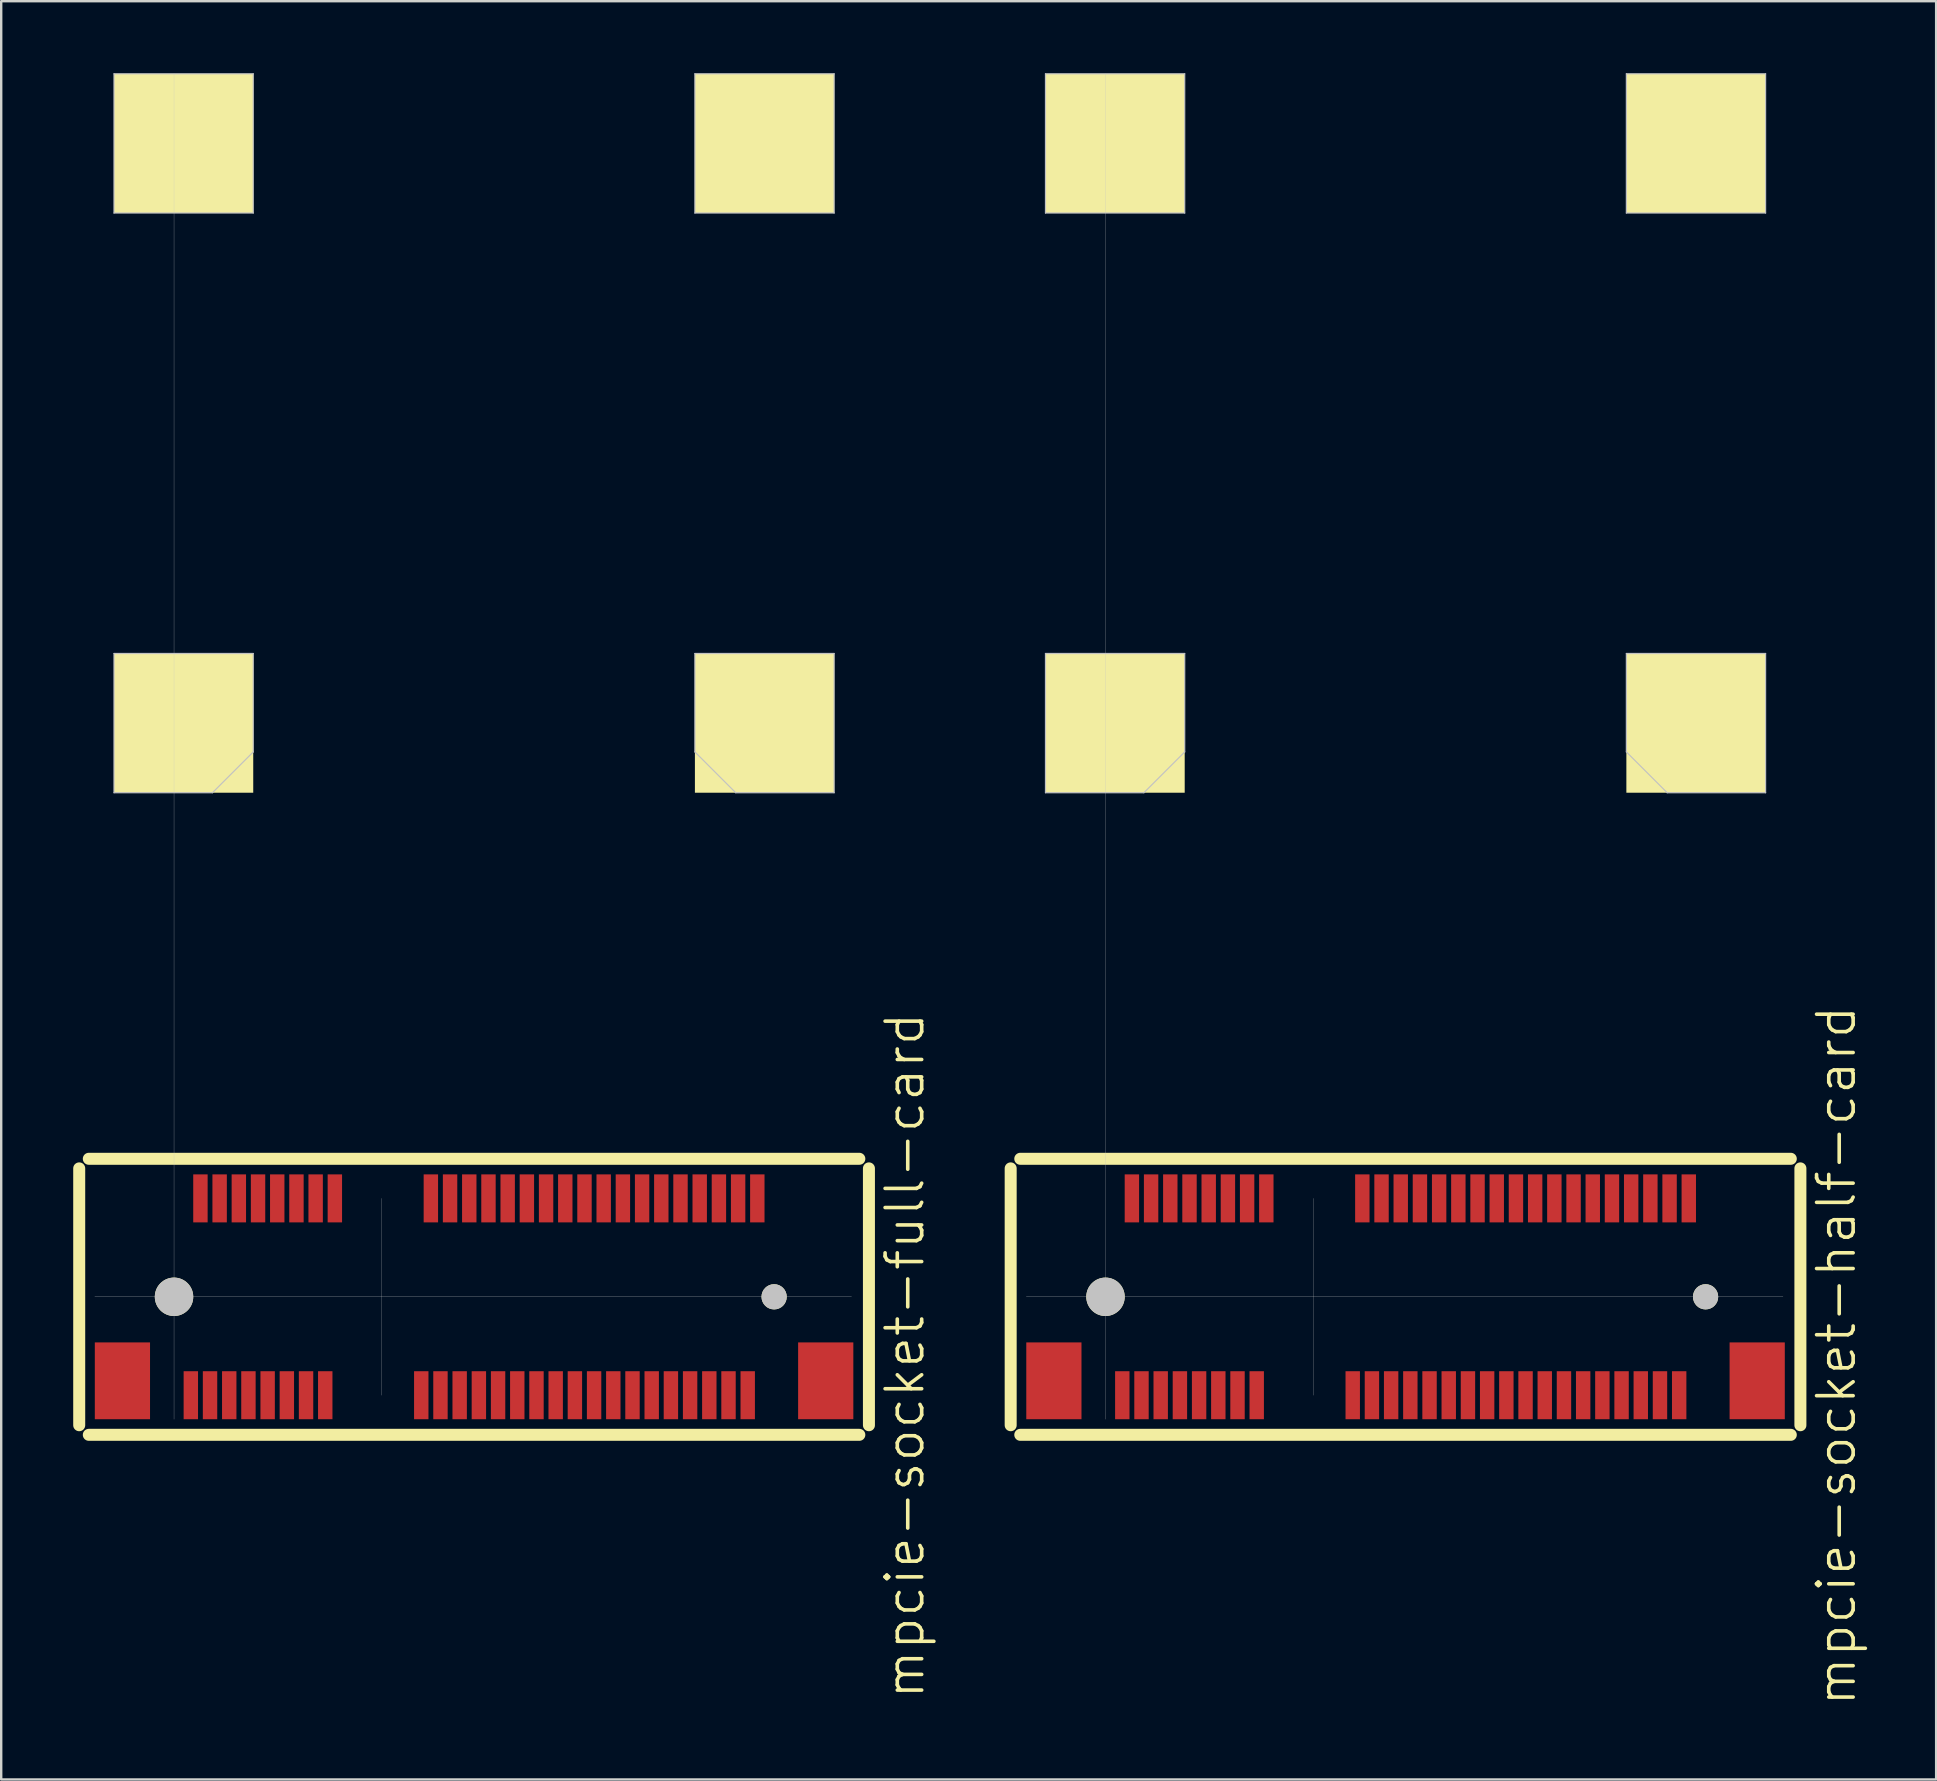
<source format=kicad_pcb>
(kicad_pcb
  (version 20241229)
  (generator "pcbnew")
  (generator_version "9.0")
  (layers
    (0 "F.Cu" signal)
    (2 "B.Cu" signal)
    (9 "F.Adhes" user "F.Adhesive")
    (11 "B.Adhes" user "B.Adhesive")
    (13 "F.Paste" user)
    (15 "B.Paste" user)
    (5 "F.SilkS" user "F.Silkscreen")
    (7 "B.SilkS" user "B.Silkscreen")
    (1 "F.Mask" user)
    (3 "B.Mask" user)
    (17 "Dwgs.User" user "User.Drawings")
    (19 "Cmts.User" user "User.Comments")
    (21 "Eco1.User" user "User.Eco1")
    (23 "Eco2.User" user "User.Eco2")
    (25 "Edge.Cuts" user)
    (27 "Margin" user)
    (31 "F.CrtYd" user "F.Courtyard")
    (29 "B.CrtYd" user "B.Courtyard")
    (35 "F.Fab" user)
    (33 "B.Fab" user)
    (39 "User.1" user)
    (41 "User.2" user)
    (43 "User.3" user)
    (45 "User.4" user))
  (footprint "mpcie-socket-full-card"
    (layer "F.Cu")
    (at 4.2 50.975)
    (property "Reference" "mpcie-socket-full-card" (at 30.45 2.45 90) (layer "F.SilkS") (effects (font (size 1.524 1.524) (thickness 0.15))))
    (attr through_hole)
    (fp_line (start -3.95 -5.35) (end -3.95 5.35) (stroke (width 0.5) (type solid)) (layer "F.SilkS"))
    (fp_line (start -3.55 5.75) (end 28.55 5.75) (stroke (width 0.5) (type solid)) (layer "F.SilkS"))
    (fp_line (start 28.55 -5.75) (end -3.55 -5.75) (stroke (width 0.5) (type solid)) (layer "F.SilkS"))
    (fp_line (start 28.95 5.35) (end 28.95 -5.35) (stroke (width 0.5) (type solid)) (layer "F.SilkS"))
    (fp_line (start -3.3 0) (end 28.225 0) (stroke (width 0.01) (type solid)) (layer "Dwgs.User"))
    (fp_line (start -2.5 -50.95) (end -2.5 -45.15) (stroke (width 0.05) (type solid)) (layer "Dwgs.User"))
    (fp_line (start -2.5 -50.95) (end 3.3 -50.95) (stroke (width 0.05) (type solid)) (layer "Dwgs.User"))
    (fp_line (start -2.5 -45.15) (end 3.3 -45.15) (stroke (width 0.05) (type solid)) (layer "Dwgs.User"))
    (fp_line (start -2.5 -26.8) (end -2.5 -21) (stroke (width 0.05) (type solid)) (layer "Dwgs.User"))
    (fp_line (start -2.5 -21) (end 1.6 -21) (stroke (width 0.05) (type solid)) (layer "Dwgs.User"))
    (fp_line (start 0 -50.95) (end 0 5.1) (stroke (width 0.01) (type solid)) (layer "Dwgs.User"))
    (fp_line (start 3.3 -50.95) (end 3.3 -45.15) (stroke (width 0.05) (type solid)) (layer "Dwgs.User"))
    (fp_line (start 3.3 -26.8) (end -2.5 -26.8) (stroke (width 0.05) (type solid)) (layer "Dwgs.User"))
    (fp_line (start 3.3 -22.7) (end 1.6 -21) (stroke (width 0.05) (type solid)) (layer "Dwgs.User"))
    (fp_line (start 3.3 -22.7) (end 3.3 -26.8) (stroke (width 0.05) (type solid)) (layer "Dwgs.User"))
    (fp_line (start 8.65 4.1) (end 8.65 -4.1) (stroke (width 0.01) (type solid)) (layer "Dwgs.User"))
    (fp_line (start 21.7 -50.95) (end 21.7 -45.15) (stroke (width 0.05) (type solid)) (layer "Dwgs.User"))
    (fp_line (start 21.7 -50.95) (end 27.5 -50.95) (stroke (width 0.05) (type solid)) (layer "Dwgs.User"))
    (fp_line (start 21.7 -45.15) (end 27.5 -45.15) (stroke (width 0.05) (type solid)) (layer "Dwgs.User"))
    (fp_line (start 21.7 -26.8) (end 27.5 -26.8) (stroke (width 0.05) (type solid)) (layer "Dwgs.User"))
    (fp_line (start 21.7 -22.7) (end 21.7 -26.8) (stroke (width 0.05) (type solid)) (layer "Dwgs.User"))
    (fp_line (start 21.7 -22.7) (end 23.4 -21) (stroke (width 0.05) (type solid)) (layer "Dwgs.User"))
    (fp_line (start 27.5 -50.95) (end 27.5 -45.15) (stroke (width 0.05) (type solid)) (layer "Dwgs.User"))
    (fp_line (start 27.5 -26.8) (end 27.5 -21) (stroke (width 0.05) (type solid)) (layer "Dwgs.User"))
    (fp_line (start 27.5 -21) (end 23.4 -21) (stroke (width 0.05) (type solid)) (layer "Dwgs.User"))
    (pad "" smd rect (at -2.15 3.5) (size 2.3 3.2) (layers "F.Cu" "F.Mask" "F.Paste"))
    (pad "" connect circle (at 0 0) (size 1.6 1.6) (layers "F.SilkS" "Dwgs.User"))
    (pad "" connect rect (at 0.4 -48.05) (size 5.8 5.8) (layers "F.SilkS"))
    (pad "" connect rect (at 0.4 -23.9) (size 5.8 5.8) (layers "F.SilkS"))
    (pad "" connect rect (at 24.6 -48.05) (size 5.8 5.8) (layers "F.SilkS"))
    (pad "" connect rect (at 24.6 -23.9) (size 5.8 5.8) (layers "F.SilkS"))
    (pad "" connect circle (at 25 0) (size 1.05 1.05) (layers "F.SilkS" "Dwgs.User"))
    (pad "" smd rect (at 27.15 3.5) (size 2.3 3.2) (layers "F.Cu" "F.Mask" "F.Paste"))
    (pad "1" smd rect (at 0.7 4.1) (size 0.6 2) (layers "F.Cu" "F.Mask" "F.Paste"))
    (pad "2" smd rect (at 1.1 -4.1) (size 0.6 2) (layers "F.Cu" "F.Mask" "F.Paste"))
    (pad "3" smd rect (at 1.5 4.1) (size 0.6 2) (layers "F.Cu" "F.Mask" "F.Paste"))
    (pad "4" smd rect (at 1.9 -4.1) (size 0.6 2) (layers "F.Cu" "F.Mask" "F.Paste"))
    (pad "5" smd rect (at 2.3 4.1) (size 0.6 2) (layers "F.Cu" "F.Mask" "F.Paste"))
    (pad "6" smd rect (at 2.7 -4.1) (size 0.6 2) (layers "F.Cu" "F.Mask" "F.Paste"))
    (pad "7" smd rect (at 3.1 4.1) (size 0.6 2) (layers "F.Cu" "F.Mask" "F.Paste"))
    (pad "8" smd rect (at 3.5 -4.1) (size 0.6 2) (layers "F.Cu" "F.Mask" "F.Paste"))
    (pad "9" smd rect (at 3.9 4.1) (size 0.6 2) (layers "F.Cu" "F.Mask" "F.Paste"))
    (pad "10" smd rect (at 4.3 -4.1) (size 0.6 2) (layers "F.Cu" "F.Mask" "F.Paste"))
    (pad "11" smd rect (at 4.7 4.1) (size 0.6 2) (layers "F.Cu" "F.Mask" "F.Paste"))
    (pad "12" smd rect (at 5.1 -4.1) (size 0.6 2) (layers "F.Cu" "F.Mask" "F.Paste"))
    (pad "13" smd rect (at 5.5 4.1) (size 0.6 2) (layers "F.Cu" "F.Mask" "F.Paste"))
    (pad "14" smd rect (at 5.9 -4.1) (size 0.6 2) (layers "F.Cu" "F.Mask" "F.Paste"))
    (pad "15" smd rect (at 6.3 4.1) (size 0.6 2) (layers "F.Cu" "F.Mask" "F.Paste"))
    (pad "16" smd rect (at 6.7 -4.1) (size 0.6 2) (layers "F.Cu" "F.Mask" "F.Paste"))
    (pad "17" smd rect (at 10.3 4.1) (size 0.6 2) (layers "F.Cu" "F.Mask" "F.Paste"))
    (pad "18" smd rect (at 10.7 -4.1) (size 0.6 2) (layers "F.Cu" "F.Mask" "F.Paste"))
    (pad "19" smd rect (at 11.1 4.1) (size 0.6 2) (layers "F.Cu" "F.Mask" "F.Paste"))
    (pad "20" smd rect (at 11.5 -4.1) (size 0.6 2) (layers "F.Cu" "F.Mask" "F.Paste"))
    (pad "21" smd rect (at 11.9 4.1) (size 0.6 2) (layers "F.Cu" "F.Mask" "F.Paste"))
    (pad "22" smd rect (at 12.3 -4.1) (size 0.6 2) (layers "F.Cu" "F.Mask" "F.Paste"))
    (pad "23" smd rect (at 12.7 4.1) (size 0.6 2) (layers "F.Cu" "F.Mask" "F.Paste"))
    (pad "24" smd rect (at 13.1 -4.1) (size 0.6 2) (layers "F.Cu" "F.Mask" "F.Paste"))
    (pad "25" smd rect (at 13.5 4.1) (size 0.6 2) (layers "F.Cu" "F.Mask" "F.Paste"))
    (pad "26" smd rect (at 13.9 -4.1) (size 0.6 2) (layers "F.Cu" "F.Mask" "F.Paste"))
    (pad "27" smd rect (at 14.3 4.1) (size 0.6 2) (layers "F.Cu" "F.Mask" "F.Paste"))
    (pad "28" smd rect (at 14.7 -4.1) (size 0.6 2) (layers "F.Cu" "F.Mask" "F.Paste"))
    (pad "29" smd rect (at 15.1 4.1) (size 0.6 2) (layers "F.Cu" "F.Mask" "F.Paste"))
    (pad "30" smd rect (at 15.5 -4.1) (size 0.6 2) (layers "F.Cu" "F.Mask" "F.Paste"))
    (pad "31" smd rect (at 15.9 4.1) (size 0.6 2) (layers "F.Cu" "F.Mask" "F.Paste"))
    (pad "32" smd rect (at 16.3 -4.1) (size 0.6 2) (layers "F.Cu" "F.Mask" "F.Paste"))
    (pad "33" smd rect (at 16.7 4.1) (size 0.6 2) (layers "F.Cu" "F.Mask" "F.Paste"))
    (pad "34" smd rect (at 17.1 -4.1) (size 0.6 2) (layers "F.Cu" "F.Mask" "F.Paste"))
    (pad "35" smd rect (at 17.5 4.1) (size 0.6 2) (layers "F.Cu" "F.Mask" "F.Paste"))
    (pad "36" smd rect (at 17.9 -4.1) (size 0.6 2) (layers "F.Cu" "F.Mask" "F.Paste"))
    (pad "37" smd rect (at 18.3 4.1) (size 0.6 2) (layers "F.Cu" "F.Mask" "F.Paste"))
    (pad "38" smd rect (at 18.7 -4.1) (size 0.6 2) (layers "F.Cu" "F.Mask" "F.Paste"))
    (pad "39" smd rect (at 19.1 4.1) (size 0.6 2) (layers "F.Cu" "F.Mask" "F.Paste"))
    (pad "40" smd rect (at 19.5 -4.1) (size 0.6 2) (layers "F.Cu" "F.Mask" "F.Paste"))
    (pad "41" smd rect (at 19.9 4.1) (size 0.6 2) (layers "F.Cu" "F.Mask" "F.Paste"))
    (pad "42" smd rect (at 20.3 -4.1) (size 0.6 2) (layers "F.Cu" "F.Mask" "F.Paste"))
    (pad "43" smd rect (at 20.7 4.1) (size 0.6 2) (layers "F.Cu" "F.Mask" "F.Paste"))
    (pad "44" smd rect (at 21.1 -4.1) (size 0.6 2) (layers "F.Cu" "F.Mask" "F.Paste"))
    (pad "45" smd rect (at 21.5 4.1) (size 0.6 2) (layers "F.Cu" "F.Mask" "F.Paste"))
    (pad "46" smd rect (at 21.9 -4.1) (size 0.6 2) (layers "F.Cu" "F.Mask" "F.Paste"))
    (pad "47" smd rect (at 22.3 4.1) (size 0.6 2) (layers "F.Cu" "F.Mask" "F.Paste"))
    (pad "48" smd rect (at 22.7 -4.1) (size 0.6 2) (layers "F.Cu" "F.Mask" "F.Paste"))
    (pad "49" smd rect (at 23.1 4.1) (size 0.6 2) (layers "F.Cu" "F.Mask" "F.Paste"))
    (pad "50" smd rect (at 23.5 -4.1) (size 0.6 2) (layers "F.Cu" "F.Mask" "F.Paste"))
    (pad "51" smd rect (at 23.9 4.1) (size 0.6 2) (layers "F.Cu" "F.Mask" "F.Paste"))
    (pad "52" smd rect (at 24.3 -4.1) (size 0.6 2) (layers "F.Cu" "F.Mask" "F.Paste")))
  (footprint "mpcie-socket-half-card"
    (layer "F.Cu")
    (at 43.005 50.975)
    (property "Reference" "mpcie-socket-half-card" (at 30.45 2.45 90) (layer "F.SilkS") (effects (font (size 1.524 1.524) (thickness 0.15))))
    (attr through_hole)
    (fp_line (start -3.95 -5.35) (end -3.95 5.35) (stroke (width 0.5) (type solid)) (layer "F.SilkS"))
    (fp_line (start -3.55 5.75) (end 28.55 5.75) (stroke (width 0.5) (type solid)) (layer "F.SilkS"))
    (fp_line (start 28.55 -5.75) (end -3.55 -5.75) (stroke (width 0.5) (type solid)) (layer "F.SilkS"))
    (fp_line (start 28.95 5.35) (end 28.95 -5.35) (stroke (width 0.5) (type solid)) (layer "F.SilkS"))
    (fp_line (start -3.3 0) (end 28.225 0) (stroke (width 0.01) (type solid)) (layer "Dwgs.User"))
    (fp_line (start -2.5 -50.95) (end -2.5 -45.15) (stroke (width 0.05) (type solid)) (layer "Dwgs.User"))
    (fp_line (start -2.5 -50.95) (end 3.3 -50.95) (stroke (width 0.05) (type solid)) (layer "Dwgs.User"))
    (fp_line (start -2.5 -45.15) (end 3.3 -45.15) (stroke (width 0.05) (type solid)) (layer "Dwgs.User"))
    (fp_line (start -2.5 -26.8) (end -2.5 -21) (stroke (width 0.05) (type solid)) (layer "Dwgs.User"))
    (fp_line (start -2.5 -21) (end 1.6 -21) (stroke (width 0.05) (type solid)) (layer "Dwgs.User"))
    (fp_line (start 0 -50.95) (end 0 5.1) (stroke (width 0.01) (type solid)) (layer "Dwgs.User"))
    (fp_line (start 3.3 -50.95) (end 3.3 -45.15) (stroke (width 0.05) (type solid)) (layer "Dwgs.User"))
    (fp_line (start 3.3 -26.8) (end -2.5 -26.8) (stroke (width 0.05) (type solid)) (layer "Dwgs.User"))
    (fp_line (start 3.3 -22.7) (end 1.6 -21) (stroke (width 0.05) (type solid)) (layer "Dwgs.User"))
    (fp_line (start 3.3 -22.7) (end 3.3 -26.8) (stroke (width 0.05) (type solid)) (layer "Dwgs.User"))
    (fp_line (start 8.65 4.1) (end 8.65 -4.1) (stroke (width 0.01) (type solid)) (layer "Dwgs.User"))
    (fp_line (start 21.7 -50.95) (end 21.7 -45.15) (stroke (width 0.05) (type solid)) (layer "Dwgs.User"))
    (fp_line (start 21.7 -50.95) (end 27.5 -50.95) (stroke (width 0.05) (type solid)) (layer "Dwgs.User"))
    (fp_line (start 21.7 -45.15) (end 27.5 -45.15) (stroke (width 0.05) (type solid)) (layer "Dwgs.User"))
    (fp_line (start 21.7 -26.8) (end 27.5 -26.8) (stroke (width 0.05) (type solid)) (layer "Dwgs.User"))
    (fp_line (start 21.7 -22.7) (end 21.7 -26.8) (stroke (width 0.05) (type solid)) (layer "Dwgs.User"))
    (fp_line (start 21.7 -22.7) (end 23.4 -21) (stroke (width 0.05) (type solid)) (layer "Dwgs.User"))
    (fp_line (start 27.5 -50.95) (end 27.5 -45.15) (stroke (width 0.05) (type solid)) (layer "Dwgs.User"))
    (fp_line (start 27.5 -26.8) (end 27.5 -21) (stroke (width 0.05) (type solid)) (layer "Dwgs.User"))
    (fp_line (start 27.5 -21) (end 23.4 -21) (stroke (width 0.05) (type solid)) (layer "Dwgs.User"))
    (pad "" smd rect (at -2.15 3.5) (size 2.3 3.2) (layers "F.Cu" "F.Mask" "F.Paste"))
    (pad "" connect circle (at 0 0) (size 1.6 1.6) (layers "F.SilkS" "Dwgs.User"))
    (pad "" connect rect (at 0.4 -48.05) (size 5.8 5.8) (layers "F.SilkS"))
    (pad "" connect rect (at 0.4 -23.9) (size 5.8 5.8) (layers "F.SilkS"))
    (pad "" connect rect (at 24.6 -48.05) (size 5.8 5.8) (layers "F.SilkS"))
    (pad "" connect rect (at 24.6 -23.9) (size 5.8 5.8) (layers "F.SilkS"))
    (pad "" connect circle (at 25 0) (size 1.05 1.05) (layers "F.SilkS" "Dwgs.User"))
    (pad "" smd rect (at 27.15 3.5) (size 2.3 3.2) (layers "F.Cu" "F.Mask" "F.Paste"))
    (pad "1" smd rect (at 0.7 4.1) (size 0.6 2) (layers "F.Cu" "F.Mask" "F.Paste"))
    (pad "2" smd rect (at 1.1 -4.1) (size 0.6 2) (layers "F.Cu" "F.Mask" "F.Paste"))
    (pad "3" smd rect (at 1.5 4.1) (size 0.6 2) (layers "F.Cu" "F.Mask" "F.Paste"))
    (pad "4" smd rect (at 1.9 -4.1) (size 0.6 2) (layers "F.Cu" "F.Mask" "F.Paste"))
    (pad "5" smd rect (at 2.3 4.1) (size 0.6 2) (layers "F.Cu" "F.Mask" "F.Paste"))
    (pad "6" smd rect (at 2.7 -4.1) (size 0.6 2) (layers "F.Cu" "F.Mask" "F.Paste"))
    (pad "7" smd rect (at 3.1 4.1) (size 0.6 2) (layers "F.Cu" "F.Mask" "F.Paste"))
    (pad "8" smd rect (at 3.5 -4.1) (size 0.6 2) (layers "F.Cu" "F.Mask" "F.Paste"))
    (pad "9" smd rect (at 3.9 4.1) (size 0.6 2) (layers "F.Cu" "F.Mask" "F.Paste"))
    (pad "10" smd rect (at 4.3 -4.1) (size 0.6 2) (layers "F.Cu" "F.Mask" "F.Paste"))
    (pad "11" smd rect (at 4.7 4.1) (size 0.6 2) (layers "F.Cu" "F.Mask" "F.Paste"))
    (pad "12" smd rect (at 5.1 -4.1) (size 0.6 2) (layers "F.Cu" "F.Mask" "F.Paste"))
    (pad "13" smd rect (at 5.5 4.1) (size 0.6 2) (layers "F.Cu" "F.Mask" "F.Paste"))
    (pad "14" smd rect (at 5.9 -4.1) (size 0.6 2) (layers "F.Cu" "F.Mask" "F.Paste"))
    (pad "15" smd rect (at 6.3 4.1) (size 0.6 2) (layers "F.Cu" "F.Mask" "F.Paste"))
    (pad "16" smd rect (at 6.7 -4.1) (size 0.6 2) (layers "F.Cu" "F.Mask" "F.Paste"))
    (pad "17" smd rect (at 10.3 4.1) (size 0.6 2) (layers "F.Cu" "F.Mask" "F.Paste"))
    (pad "18" smd rect (at 10.7 -4.1) (size 0.6 2) (layers "F.Cu" "F.Mask" "F.Paste"))
    (pad "19" smd rect (at 11.1 4.1) (size 0.6 2) (layers "F.Cu" "F.Mask" "F.Paste"))
    (pad "20" smd rect (at 11.5 -4.1) (size 0.6 2) (layers "F.Cu" "F.Mask" "F.Paste"))
    (pad "21" smd rect (at 11.9 4.1) (size 0.6 2) (layers "F.Cu" "F.Mask" "F.Paste"))
    (pad "22" smd rect (at 12.3 -4.1) (size 0.6 2) (layers "F.Cu" "F.Mask" "F.Paste"))
    (pad "23" smd rect (at 12.7 4.1) (size 0.6 2) (layers "F.Cu" "F.Mask" "F.Paste"))
    (pad "24" smd rect (at 13.1 -4.1) (size 0.6 2) (layers "F.Cu" "F.Mask" "F.Paste"))
    (pad "25" smd rect (at 13.5 4.1) (size 0.6 2) (layers "F.Cu" "F.Mask" "F.Paste"))
    (pad "26" smd rect (at 13.9 -4.1) (size 0.6 2) (layers "F.Cu" "F.Mask" "F.Paste"))
    (pad "27" smd rect (at 14.3 4.1) (size 0.6 2) (layers "F.Cu" "F.Mask" "F.Paste"))
    (pad "28" smd rect (at 14.7 -4.1) (size 0.6 2) (layers "F.Cu" "F.Mask" "F.Paste"))
    (pad "29" smd rect (at 15.1 4.1) (size 0.6 2) (layers "F.Cu" "F.Mask" "F.Paste"))
    (pad "30" smd rect (at 15.5 -4.1) (size 0.6 2) (layers "F.Cu" "F.Mask" "F.Paste"))
    (pad "31" smd rect (at 15.9 4.1) (size 0.6 2) (layers "F.Cu" "F.Mask" "F.Paste"))
    (pad "32" smd rect (at 16.3 -4.1) (size 0.6 2) (layers "F.Cu" "F.Mask" "F.Paste"))
    (pad "33" smd rect (at 16.7 4.1) (size 0.6 2) (layers "F.Cu" "F.Mask" "F.Paste"))
    (pad "34" smd rect (at 17.1 -4.1) (size 0.6 2) (layers "F.Cu" "F.Mask" "F.Paste"))
    (pad "35" smd rect (at 17.5 4.1) (size 0.6 2) (layers "F.Cu" "F.Mask" "F.Paste"))
    (pad "36" smd rect (at 17.9 -4.1) (size 0.6 2) (layers "F.Cu" "F.Mask" "F.Paste"))
    (pad "37" smd rect (at 18.3 4.1) (size 0.6 2) (layers "F.Cu" "F.Mask" "F.Paste"))
    (pad "38" smd rect (at 18.7 -4.1) (size 0.6 2) (layers "F.Cu" "F.Mask" "F.Paste"))
    (pad "39" smd rect (at 19.1 4.1) (size 0.6 2) (layers "F.Cu" "F.Mask" "F.Paste"))
    (pad "40" smd rect (at 19.5 -4.1) (size 0.6 2) (layers "F.Cu" "F.Mask" "F.Paste"))
    (pad "41" smd rect (at 19.9 4.1) (size 0.6 2) (layers "F.Cu" "F.Mask" "F.Paste"))
    (pad "42" smd rect (at 20.3 -4.1) (size 0.6 2) (layers "F.Cu" "F.Mask" "F.Paste"))
    (pad "43" smd rect (at 20.7 4.1) (size 0.6 2) (layers "F.Cu" "F.Mask" "F.Paste"))
    (pad "44" smd rect (at 21.1 -4.1) (size 0.6 2) (layers "F.Cu" "F.Mask" "F.Paste"))
    (pad "45" smd rect (at 21.5 4.1) (size 0.6 2) (layers "F.Cu" "F.Mask" "F.Paste"))
    (pad "46" smd rect (at 21.9 -4.1) (size 0.6 2) (layers "F.Cu" "F.Mask" "F.Paste"))
    (pad "47" smd rect (at 22.3 4.1) (size 0.6 2) (layers "F.Cu" "F.Mask" "F.Paste"))
    (pad "48" smd rect (at 22.7 -4.1) (size 0.6 2) (layers "F.Cu" "F.Mask" "F.Paste"))
    (pad "49" smd rect (at 23.1 4.1) (size 0.6 2) (layers "F.Cu" "F.Mask" "F.Paste"))
    (pad "50" smd rect (at 23.5 -4.1) (size 0.6 2) (layers "F.Cu" "F.Mask" "F.Paste"))
    (pad "51" smd rect (at 23.9 4.1) (size 0.6 2) (layers "F.Cu" "F.Mask" "F.Paste"))
    (pad "52" smd rect (at 24.3 -4.1) (size 0.6 2) (layers "F.Cu" "F.Mask" "F.Paste")))
  (gr_rect
    (start -3 -3)
    (end 77.61 71.084)
    (stroke (width 0.1) (type default))
    (fill no)
    (layer "Edge.Cuts")))
</source>
